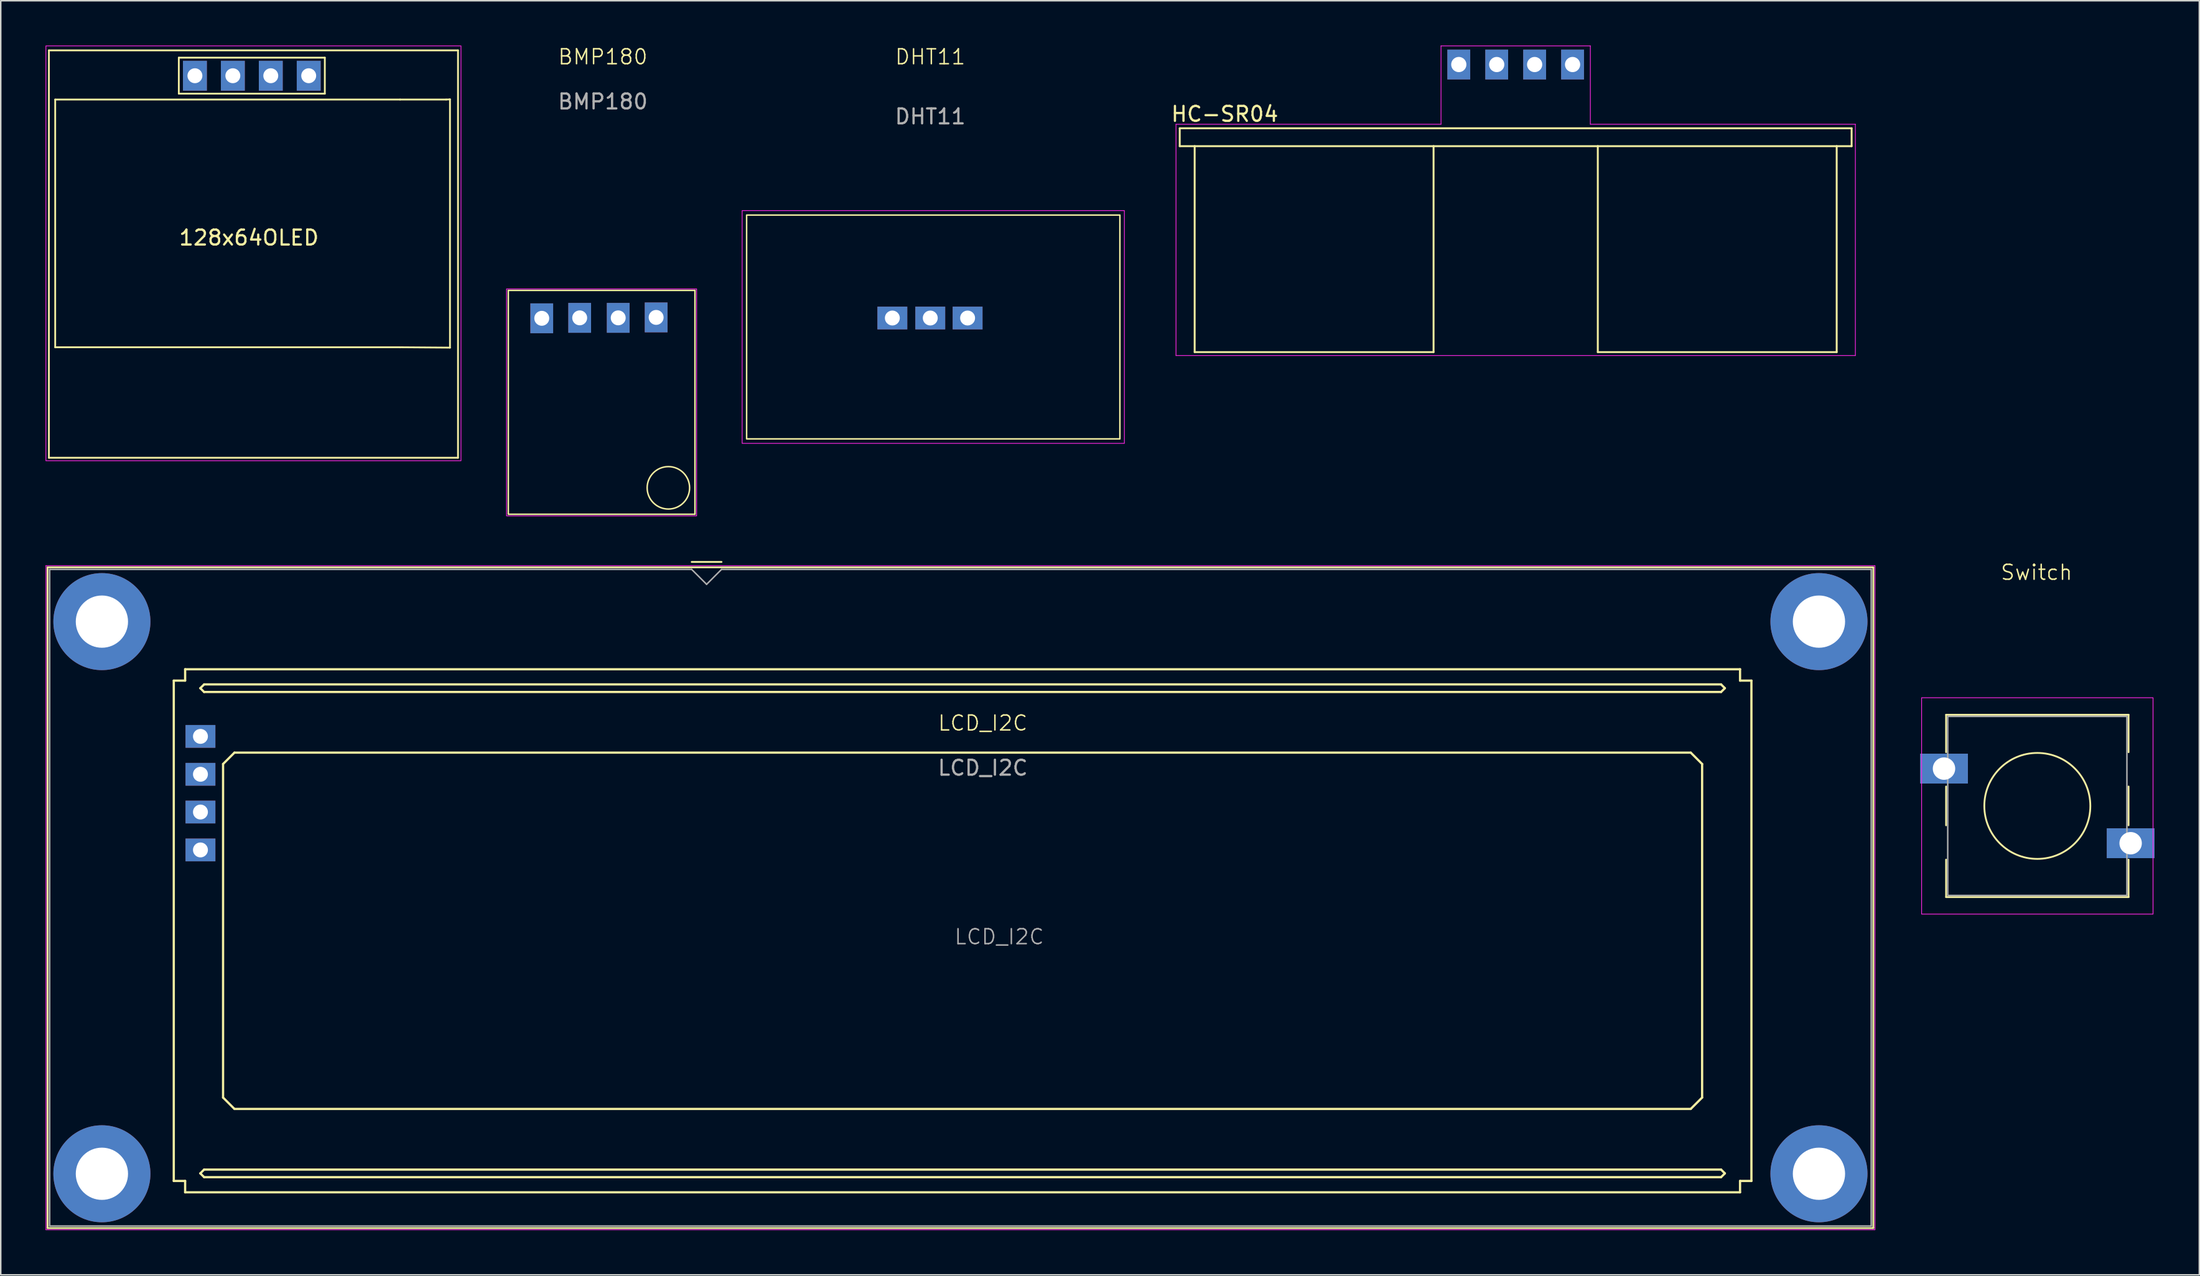
<source format=kicad_pcb>
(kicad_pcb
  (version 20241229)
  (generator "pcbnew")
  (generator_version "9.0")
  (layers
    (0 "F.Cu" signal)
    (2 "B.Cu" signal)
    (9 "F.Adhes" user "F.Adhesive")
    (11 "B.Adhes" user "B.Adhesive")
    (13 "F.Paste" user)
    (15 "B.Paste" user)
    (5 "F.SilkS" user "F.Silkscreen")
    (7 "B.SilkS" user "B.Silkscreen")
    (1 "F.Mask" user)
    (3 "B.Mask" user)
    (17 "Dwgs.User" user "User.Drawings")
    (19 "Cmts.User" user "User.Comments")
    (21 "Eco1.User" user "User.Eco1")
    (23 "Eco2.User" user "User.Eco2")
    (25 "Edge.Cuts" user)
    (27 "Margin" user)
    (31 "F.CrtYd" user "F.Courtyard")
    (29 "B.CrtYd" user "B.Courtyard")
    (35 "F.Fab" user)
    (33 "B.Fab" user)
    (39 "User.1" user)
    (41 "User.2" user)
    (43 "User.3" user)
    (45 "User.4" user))
  (footprint "Switch"
    (layer "F.Cu")
    (at 133.4 51.156)
    (property "Reference" "Switch" (at -0.05 -15.85 0) (unlocked yes) (layer "F.SilkS") (effects (font (size 1 1) (thickness 0.1))))
    (attr through_hole)
    (fp_line (start -6.11 -6.31) (end -6.11 -3.8) (stroke (width 0.12) (type default)) (layer "F.SilkS"))
    (fp_line (start -6.11 -6.31) (end 6.11 -6.31) (stroke (width 0.12) (type default)) (layer "F.SilkS"))
    (fp_line (start -6.11 -1.5) (end -6.11 1.1) (stroke (width 0.12) (type default)) (layer "F.SilkS"))
    (fp_line (start -6.11 3.4) (end -6.11 5.91) (stroke (width 0.12) (type default)) (layer "F.SilkS"))
    (fp_line (start 6.11 -6.31) (end 6.11 -3.8) (stroke (width 0.12) (type default)) (layer "F.SilkS"))
    (fp_line (start 6.11 -1.5) (end 6.11 1.1) (stroke (width 0.12) (type default)) (layer "F.SilkS"))
    (fp_line (start 6.11 3.4) (end 6.11 5.91) (stroke (width 0.12) (type default)) (layer "F.SilkS"))
    (fp_line (start 6.11 5.91) (end -6.11 5.91) (stroke (width 0.12) (type default)) (layer "F.SilkS"))
    (fp_circle (center 0 -0.2) (end 3.55 -0.2) (stroke (width 0.12) (type default)) (fill no) (layer "F.SilkS"))
    (fp_rect (start -7.75 -7.45) (end 7.75 7.05) (stroke (width 0.05) (type default)) (fill no) (layer "F.CrtYd"))
    (fp_rect (start -6 -6.2) (end 6 5.8) (stroke (width 0.1) (type default)) (fill no) (layer "F.Fab"))
    (pad "1" thru_hole rect (at -6.25 -2.7) (size 3.2 2) (drill 1.5) (layers "*.Cu" "*.Mask"))
    (pad "2" thru_hole rect (at 6.25 2.3) (size 3.2 2) (drill 1.5) (layers "*.Cu" "*.Mask")))
  (footprint "LCD_I2C"
    (layer "F.Cu")
    (at 62.775 59.906)
    (property "Reference" "LCD_I2C" (at 0 -14.5 0) (unlocked yes) (layer "F.SilkS") (effects (font (size 1 1) (thickness 0.1))))
    (attr through_hole)
    (fp_line (start -62.64 -24.94) (end -62.64 19.34) (stroke (width 0.12) (type solid)) (layer "F.SilkS"))
    (fp_line (start -62.64 -24.94) (end 59.64 -24.94) (stroke (width 0.12) (type solid)) (layer "F.SilkS"))
    (fp_line (start -54.187 16.181) (end -54.187 -17.347) (stroke (width 0.15) (type solid)) (layer "F.SilkS"))
    (fp_line (start -54.187 16.181) (end -53.425 16.181) (stroke (width 0.15) (type solid)) (layer "F.SilkS"))
    (fp_line (start -53.425 -18.109) (end -53.425 -17.347) (stroke (width 0.15) (type solid)) (layer "F.SilkS"))
    (fp_line (start -53.425 -18.109) (end 50.715 -18.109) (stroke (width 0.15) (type solid)) (layer "F.SilkS"))
    (fp_line (start -53.425 -17.347) (end -54.187 -17.347) (stroke (width 0.15) (type solid)) (layer "F.SilkS"))
    (fp_line (start -53.425 16.181) (end -53.425 16.943) (stroke (width 0.15) (type solid)) (layer "F.SilkS"))
    (fp_line (start -52.409 -16.839) (end -52.155 -16.585) (stroke (width 0.15) (type solid)) (layer "F.SilkS"))
    (fp_line (start -52.409 15.673) (end -52.155 15.419) (stroke (width 0.15) (type solid)) (layer "F.SilkS"))
    (fp_line (start -52.155 -17.093) (end -52.409 -16.839) (stroke (width 0.15) (type solid)) (layer "F.SilkS"))
    (fp_line (start -52.155 -17.093) (end 49.445 -17.093) (stroke (width 0.15) (type solid)) (layer "F.SilkS"))
    (fp_line (start -52.155 15.419) (end 49.445 15.419) (stroke (width 0.15) (type solid)) (layer "F.SilkS"))
    (fp_line (start -52.155 15.927) (end -52.409 15.673) (stroke (width 0.15) (type solid)) (layer "F.SilkS"))
    (fp_line (start -50.885 -11.759) (end -50.885 10.593) (stroke (width 0.15) (type solid)) (layer "F.SilkS"))
    (fp_line (start -50.885 10.593) (end -50.123 11.355) (stroke (width 0.15) (type solid)) (layer "F.SilkS"))
    (fp_line (start -50.123 -12.521) (end -50.885 -11.759) (stroke (width 0.15) (type solid)) (layer "F.SilkS"))
    (fp_line (start -50.123 11.355) (end 47.413 11.355) (stroke (width 0.15) (type solid)) (layer "F.SilkS"))
    (fp_line (start -17.5 -25.3) (end -19.5 -25.3) (stroke (width 0.12) (type solid)) (layer "F.SilkS"))
    (fp_line (start 47.413 -12.521) (end -50.123 -12.521) (stroke (width 0.15) (type solid)) (layer "F.SilkS"))
    (fp_line (start 47.413 11.355) (end 48.175 10.593) (stroke (width 0.15) (type solid)) (layer "F.SilkS"))
    (fp_line (start 48.175 -11.759) (end 47.413 -12.521) (stroke (width 0.15) (type solid)) (layer "F.SilkS"))
    (fp_line (start 48.175 10.593) (end 48.175 -11.759) (stroke (width 0.15) (type solid)) (layer "F.SilkS"))
    (fp_line (start 49.445 -17.093) (end 49.699 -16.839) (stroke (width 0.15) (type solid)) (layer "F.SilkS"))
    (fp_line (start 49.445 -16.585) (end -52.155 -16.585) (stroke (width 0.15) (type solid)) (layer "F.SilkS"))
    (fp_line (start 49.445 15.419) (end 49.699 15.673) (stroke (width 0.15) (type solid)) (layer "F.SilkS"))
    (fp_line (start 49.445 15.927) (end -52.155 15.927) (stroke (width 0.15) (type solid)) (layer "F.SilkS"))
    (fp_line (start 49.699 -16.839) (end 49.445 -16.585) (stroke (width 0.15) (type solid)) (layer "F.SilkS"))
    (fp_line (start 49.699 15.673) (end 49.445 15.927) (stroke (width 0.15) (type solid)) (layer "F.SilkS"))
    (fp_line (start 50.715 -18.109) (end 50.715 -17.347) (stroke (width 0.15) (type solid)) (layer "F.SilkS"))
    (fp_line (start 50.715 -17.347) (end 51.477 -17.347) (stroke (width 0.15) (type solid)) (layer "F.SilkS"))
    (fp_line (start 50.715 16.181) (end 51.477 16.181) (stroke (width 0.15) (type solid)) (layer "F.SilkS"))
    (fp_line (start 50.715 16.943) (end -53.425 16.943) (stroke (width 0.15) (type solid)) (layer "F.SilkS"))
    (fp_line (start 50.715 16.943) (end 50.715 16.181) (stroke (width 0.15) (type solid)) (layer "F.SilkS"))
    (fp_line (start 51.477 -17.347) (end 51.477 16.181) (stroke (width 0.15) (type solid)) (layer "F.SilkS"))
    (fp_line (start 59.64 -24.94) (end 59.64 19.34) (stroke (width 0.12) (type solid)) (layer "F.SilkS"))
    (fp_line (start 59.64 19.34) (end -62.64 19.34) (stroke (width 0.12) (type solid)) (layer "F.SilkS"))
    (fp_line (start -62.75 -25.05) (end -62.75 19.45) (stroke (width 0.05) (type solid)) (layer "F.CrtYd"))
    (fp_line (start 59.75 -25.05) (end -62.75 -25.05) (stroke (width 0.05) (type solid)) (layer "F.CrtYd"))
    (fp_line (start 59.75 -25.05) (end 59.75 19.45) (stroke (width 0.05) (type solid)) (layer "F.CrtYd"))
    (fp_line (start 59.75 19.45) (end -62.75 19.45) (stroke (width 0.05) (type solid)) (layer "F.CrtYd"))
    (fp_line (start -62.5 -24.8) (end -62.5 19.2) (stroke (width 0.1) (type solid)) (layer "F.Fab"))
    (fp_line (start -62.5 19.2) (end 59.5 19.2) (stroke (width 0.1) (type solid)) (layer "F.Fab"))
    (fp_line (start -19.5 -24.8) (end -62.5 -24.8) (stroke (width 0.1) (type solid)) (layer "F.Fab"))
    (fp_line (start -19.5 -24.8) (end -18.5 -23.8) (stroke (width 0.1) (type solid)) (layer "F.Fab"))
    (fp_line (start -18.5 -23.8) (end -17.5 -24.8) (stroke (width 0.1) (type solid)) (layer "F.Fab"))
    (fp_line (start 59.5 -24.8) (end -17.5 -24.8) (stroke (width 0.1) (type solid)) (layer "F.Fab"))
    (fp_line (start 59.5 19.2) (end 59.5 -24.8) (stroke (width 0.1) (type solid)) (layer "F.Fab"))
    (fp_text user "${REFERENCE}" (at 1.1 -0.18 0) (layer "F.Fab") (effects (font (size 1 1) (thickness 0.1))))
    (fp_text user "${REFERENCE}" (at 0 -11.5 0) (unlocked yes) (layer "F.Fab") (effects (font (size 1 1) (thickness 0.15))))
    (pad "" thru_hole circle (at -59 -21.3 180) (size 6.5 6.5) (drill 3.5) (layers "*.Cu" "*.Mask"))
    (pad "" thru_hole circle (at -59 15.7 180) (size 6.5 6.5) (drill 3.5) (layers "*.Cu" "*.Mask"))
    (pad "" thru_hole circle (at 56 -21.3 180) (size 6.5 6.5) (drill 3.5) (layers "*.Cu" "*.Mask"))
    (pad "" thru_hole circle (at 56 15.7 180) (size 6.5 6.5) (drill 3.5) (layers "*.Cu" "*.Mask"))
    (pad "1" thru_hole rect (at -52.4 -11.07 90) (size 1.524 2) (drill 1) (layers "*.Cu" "*.Mask"))
    (pad "2" thru_hole rect (at -52.4 -6 90) (size 1.524 2) (drill 1) (layers "*.Cu" "*.Mask"))
    (pad "3" thru_hole rect (at -52.4 -8.54 180) (size 2 1.524) (drill 1) (layers "*.Cu" "*.Mask"))
    (pad "4" thru_hole rect (at -52.4 -13.61 90) (size 1.524 2) (drill 1) (layers "*.Cu" "*.Mask")))
  (footprint "HC-SR04"
    (layer "F.Cu")
    (at 98.463 1.275)
    (property "Reference" "HC-SR04" (at -19.485 3.317 0) (layer "F.SilkS") (effects (font (size 1.001 1.001) (thickness 0.15))))
    (attr through_hole)
    (fp_line (start -22.5 4.27) (end 22.5 4.27) (stroke (width 0.127) (type solid)) (layer "F.SilkS"))
    (fp_line (start -22.5 5.47) (end -22.5 4.27) (stroke (width 0.127) (type solid)) (layer "F.SilkS"))
    (fp_line (start -21.5 5.47) (end -22.5 5.47) (stroke (width 0.127) (type solid)) (layer "F.SilkS"))
    (fp_line (start -21.5 5.47) (end -21.5 19.27) (stroke (width 0.127) (type solid)) (layer "F.SilkS"))
    (fp_line (start -21.5 19.27) (end -5.5 19.27) (stroke (width 0.127) (type solid)) (layer "F.SilkS"))
    (fp_line (start -5.5 5.47) (end -21.5 5.47) (stroke (width 0.127) (type solid)) (layer "F.SilkS"))
    (fp_line (start -5.5 5.47) (end -5.5 19.27) (stroke (width 0.127) (type solid)) (layer "F.SilkS"))
    (fp_line (start 5.5 5.47) (end -5.5 5.47) (stroke (width 0.127) (type solid)) (layer "F.SilkS"))
    (fp_line (start 5.5 5.47) (end 5.5 19.27) (stroke (width 0.127) (type solid)) (layer "F.SilkS"))
    (fp_line (start 5.5 19.27) (end 21.5 19.27) (stroke (width 0.127) (type solid)) (layer "F.SilkS"))
    (fp_line (start 21.5 5.47) (end 5.5 5.47) (stroke (width 0.127) (type solid)) (layer "F.SilkS"))
    (fp_line (start 21.5 5.47) (end 21.5 19.27) (stroke (width 0.127) (type solid)) (layer "F.SilkS"))
    (fp_line (start 22.5 4.27) (end 22.5 5.47) (stroke (width 0.127) (type solid)) (layer "F.SilkS"))
    (fp_line (start 22.5 5.47) (end 21.5 5.47) (stroke (width 0.127) (type solid)) (layer "F.SilkS"))
    (fp_line (start -22.75 4) (end -22.75 19.5) (stroke (width 0.05) (type solid)) (layer "F.CrtYd"))
    (fp_line (start -22.75 19.5) (end 22.75 19.5) (stroke (width 0.05) (type solid)) (layer "F.CrtYd"))
    (fp_line (start -5 -1.25) (end -5 4) (stroke (width 0.05) (type solid)) (layer "F.CrtYd"))
    (fp_line (start -5 4) (end -22.75 4) (stroke (width 0.05) (type solid)) (layer "F.CrtYd"))
    (fp_line (start 5 -1.25) (end -5 -1.25) (stroke (width 0.05) (type solid)) (layer "F.CrtYd"))
    (fp_line (start 5 4) (end 5 -1.25) (stroke (width 0.05) (type solid)) (layer "F.CrtYd"))
    (fp_line (start 22.75 4) (end 5 4) (stroke (width 0.05) (type solid)) (layer "F.CrtYd"))
    (fp_line (start 22.75 19.5) (end 22.75 4) (stroke (width 0.05) (type solid)) (layer "F.CrtYd"))
    (pad "1" thru_hole rect (at -3.81 0) (size 1.53 2) (drill 1.02) (layers "*.Cu" "*.Mask"))
    (pad "2" thru_hole rect (at -1.27 0) (size 1.53 2) (drill 1.02) (layers "*.Cu" "*.Mask"))
    (pad "3" thru_hole rect (at 1.27 0) (size 1.53 2) (drill 1.02) (layers "*.Cu" "*.Mask"))
    (pad "4" thru_hole rect (at 3.81 0) (size 1.53 2) (drill 1.02) (layers "*.Cu" "*.Mask")))
  (footprint "128x64OLED"
    (layer "F.Cu")
    (at 13.625 12.625)
    (property "Reference" "128x64OLED" (at 0 0.254 0) (layer "F.SilkS") (effects (font (size 1 1) (thickness 0.15))))
    (attr through_hole)
    (fp_line (start -13.4 -12.3) (end 14 -12.3) (stroke (width 0.12) (type solid)) (layer "F.SilkS"))
    (fp_line (start -13.4 15) (end -13.4 -12.3) (stroke (width 0.12) (type solid)) (layer "F.SilkS"))
    (fp_line (start -12.978 -9.005) (end 10.122 -9.005) (stroke (width 0.12) (type solid)) (layer "F.SilkS"))
    (fp_line (start -12.978 7.595) (end -12.978 -9.005) (stroke (width 0.12) (type solid)) (layer "F.SilkS"))
    (fp_line (start -4.699 -11.811) (end -4.699 -9.398) (stroke (width 0.12) (type solid)) (layer "F.SilkS"))
    (fp_line (start -4.699 -11.811) (end 5.08 -11.811) (stroke (width 0.12) (type solid)) (layer "F.SilkS"))
    (fp_line (start 5.08 -11.811) (end 5.08 -9.398) (stroke (width 0.12) (type solid)) (layer "F.SilkS"))
    (fp_line (start 5.08 -9.398) (end -4.699 -9.398) (stroke (width 0.12) (type solid)) (layer "F.SilkS"))
    (fp_line (start 10.122 -9.005) (end 13.208 -9.005) (stroke (width 0.12) (type solid)) (layer "F.SilkS"))
    (fp_line (start 10.122 7.595) (end -12.978 7.595) (stroke (width 0.12) (type solid)) (layer "F.SilkS"))
    (fp_line (start 10.122 7.595) (end 13.462 7.62) (stroke (width 0.12) (type solid)) (layer "F.SilkS"))
    (fp_line (start 13.462 -9.017) (end 13.208 -9.005) (stroke (width 0.12) (type solid)) (layer "F.SilkS"))
    (fp_line (start 13.462 7.62) (end 13.462 -9.017) (stroke (width 0.12) (type solid)) (layer "F.SilkS"))
    (fp_line (start 14 -12.3) (end 14 15) (stroke (width 0.12) (type solid)) (layer "F.SilkS"))
    (fp_line (start 14 15) (end -13.4 15) (stroke (width 0.12) (type solid)) (layer "F.SilkS"))
    (fp_rect (start -13.6 -12.6) (end 14.2 15.2) (stroke (width 0.05) (type default)) (fill no) (layer "F.CrtYd"))
    (pad "1" thru_hole rect (at -3.62 -10.6 90) (size 2 1.6) (drill 1) (layers "*.Cu" "*.Mask"))
    (pad "2" thru_hole rect (at -1.08 -10.6 90) (size 2 1.6) (drill 1) (layers "*.Cu" "*.Mask"))
    (pad "3" thru_hole rect (at 1.46 -10.6 90) (size 2 1.6) (drill 1) (layers "*.Cu" "*.Mask"))
    (pad "4" thru_hole rect (at 4 -10.6 90) (size 2 1.6) (drill 1) (layers "*.Cu" "*.Mask")))
  (footprint "DHT11"
    (layer "F.Cu")
    (at 59.255 18.261)
    (property "Reference" "DHT11" (at 0 -17.5 0) (unlocked yes) (layer "F.SilkS") (effects (font (size 1 1) (thickness 0.1))))
    (attr through_hole)
    (fp_rect (start -12.3 -6.9) (end 12.7 8.1) (stroke (width 0.1) (type default)) (fill no) (layer "F.SilkS"))
    (fp_rect (start -12.6 -7.2) (end 13 8.4) (stroke (width 0.05) (type default)) (fill no) (layer "F.CrtYd"))
    (fp_text user "${REFERENCE}" (at 0 -13.5 0) (unlocked yes) (layer "F.Fab") (effects (font (size 1 1) (thickness 0.15))))
    (pad "1" thru_hole rect (at -2.54 0) (size 2 1.524) (drill 1) (layers "*.Cu" "*.Mask"))
    (pad "2" thru_hole rect (at 0 0) (size 2 1.524) (drill 1) (layers "*.Cu" "*.Mask"))
    (pad "3" thru_hole rect (at 2.5 0) (size 2 1.524) (drill 1) (layers "*.Cu" "*.Mask")))
  (footprint "BMP180"
    (layer "F.Cu")
    (at 37.325 25.96)
    (property "Reference" "BMP180" (at 0 -25.2 0) (unlocked yes) (layer "F.SilkS") (effects (font (size 1 1) (thickness 0.1))))
    (attr through_hole)
    (fp_line (start -6.33 -9.55) (end -6.33 5.45) (stroke (width 0.1) (type default)) (layer "F.SilkS"))
    (fp_line (start -6.33 -9.55) (end 6.17 -9.55) (stroke (width 0.1) (type default)) (layer "F.SilkS"))
    (fp_line (start -6.32 5.45) (end 6.17 5.45) (stroke (width 0.1) (type default)) (layer "F.SilkS"))
    (fp_line (start 6.17 -9.55) (end 6.17 5.45) (stroke (width 0.1) (type default)) (layer "F.SilkS"))
    (fp_circle (center 4.39 3.68) (end 5.42 2.7) (stroke (width 0.1) (type default)) (fill no) (layer "F.SilkS"))
    (fp_rect (start -6.45 -9.65) (end 6.28 5.56) (stroke (width 0.05) (type default)) (fill no) (layer "F.CrtYd"))
    (fp_text user "${REFERENCE}" (at 0 -22.2 0) (unlocked yes) (layer "F.Fab") (effects (font (size 1 1) (thickness 0.15))))
    (pad "1" thru_hole rect (at 3.57 -7.74 180) (size 1.524 2) (drill 1) (layers "*.Cu" "*.Mask"))
    (pad "2" thru_hole rect (at -1.55 -7.71 180) (size 1.524 2) (drill 1) (layers "*.Cu" "*.Mask"))
    (pad "3" thru_hole rect (at -4.09 -7.68 180) (size 1.524 2) (drill 1) (layers "*.Cu" "*.Mask"))
    (pad "4" thru_hole rect (at 1.03 -7.71 180) (size 1.524 2) (drill 1) (layers "*.Cu" "*.Mask")))
  (gr_rect
    (start -3 -3)
    (end 144.25 82.38)
    (stroke (width 0.1) (type default))
    (fill no)
    (layer "Edge.Cuts")))
</source>
